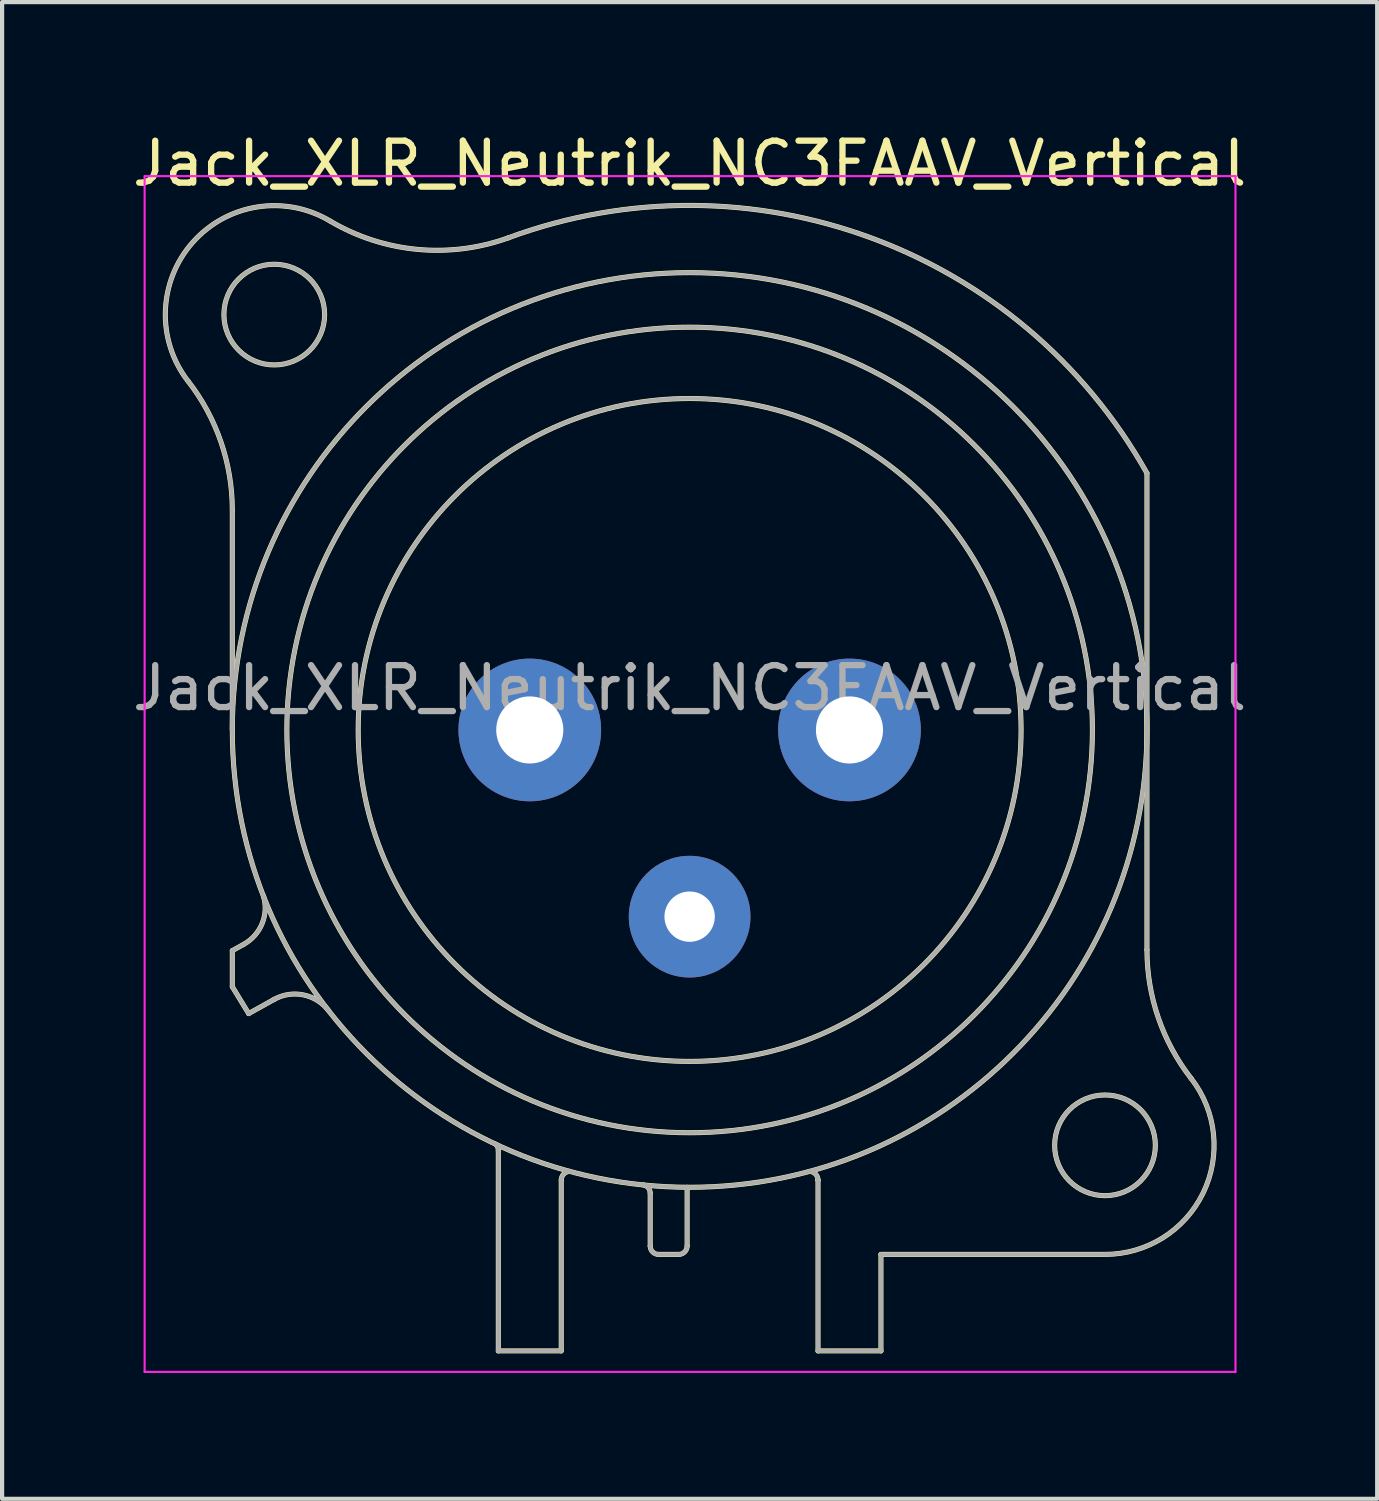
<source format=kicad_pcb>
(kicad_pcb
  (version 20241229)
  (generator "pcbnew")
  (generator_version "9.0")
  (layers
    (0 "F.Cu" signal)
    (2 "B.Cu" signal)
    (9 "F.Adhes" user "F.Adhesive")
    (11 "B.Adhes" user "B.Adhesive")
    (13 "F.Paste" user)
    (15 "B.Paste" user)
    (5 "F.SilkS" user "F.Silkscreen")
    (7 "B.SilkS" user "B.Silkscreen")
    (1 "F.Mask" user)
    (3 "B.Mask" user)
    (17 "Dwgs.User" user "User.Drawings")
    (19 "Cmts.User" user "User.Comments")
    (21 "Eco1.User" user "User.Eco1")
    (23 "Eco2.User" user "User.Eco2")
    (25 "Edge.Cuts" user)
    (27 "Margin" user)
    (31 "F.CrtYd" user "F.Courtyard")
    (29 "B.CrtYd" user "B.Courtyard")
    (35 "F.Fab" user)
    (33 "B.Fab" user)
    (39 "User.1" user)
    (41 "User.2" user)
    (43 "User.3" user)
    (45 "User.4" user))
  (footprint "Jack_XLR_Neutrik_NC3FAAV_Vertical"
    (layer "F.Cu")
    (at 17.197 14.348)
    (property "Reference" "Jack_XLR_Neutrik_NC3FAAV_Vertical" (at -3.81 -13.5 0) (layer "F.SilkS") (effects (font (size 1 1) (thickness 0.15))))
    (attr through_hole)
    (fp_line (start -14.71 0) (end -14.71 -5.24) (stroke (width 0.12) (type solid)) (layer "F.SilkS"))
    (fp_line (start -14.71 5.26) (end -14.44 5.11) (stroke (width 0.12) (type solid)) (layer "F.SilkS"))
    (fp_line (start -14.71 6.12) (end -14.71 5.26) (stroke (width 0.12) (type solid)) (layer "F.SilkS"))
    (fp_line (start -14.32 6.76) (end -14.71 6.12) (stroke (width 0.12) (type solid)) (layer "F.SilkS"))
    (fp_line (start -13.71 6.42) (end -14.32 6.76) (stroke (width 0.12) (type solid)) (layer "F.SilkS"))
    (fp_line (start -8.37 10.03) (end -8.37 14.8) (stroke (width 0.12) (type solid)) (layer "F.SilkS"))
    (fp_line (start -6.87 14.8) (end -8.37 14.8) (stroke (width 0.12) (type solid)) (layer "F.SilkS"))
    (fp_line (start -6.87 14.8) (end -6.87 10.73) (stroke (width 0.12) (type solid)) (layer "F.SilkS"))
    (fp_line (start -4.75 11.04) (end -4.75 12.3) (stroke (width 0.12) (type solid)) (layer "F.SilkS"))
    (fp_line (start -4.07 12.5) (end -4.55 12.5) (stroke (width 0.12) (type solid)) (layer "F.SilkS"))
    (fp_line (start -3.87 10.9) (end -3.87 12.3) (stroke (width 0.12) (type solid)) (layer "F.SilkS"))
    (fp_line (start -0.75 10.73) (end -0.75 10.73) (stroke (width 0.12) (type solid)) (layer "F.SilkS"))
    (fp_line (start -0.75 14.8) (end -0.75 10.73) (stroke (width 0.12) (type solid)) (layer "F.SilkS"))
    (fp_line (start 0.75 12.5) (end 6.09 12.5) (stroke (width 0.12) (type solid)) (layer "F.SilkS"))
    (fp_line (start 0.75 14.8) (end -0.75 14.8) (stroke (width 0.12) (type solid)) (layer "F.SilkS"))
    (fp_line (start 0.75 14.8) (end 0.75 12.5) (stroke (width 0.12) (type solid)) (layer "F.SilkS"))
    (fp_line (start 7.09 5.24) (end 7.09 -6.12) (stroke (width 0.12) (type solid)) (layer "F.SilkS"))
    (fp_arc (start -15.766689 -8.317569) (mid -14.98153 -6.866962) (end -14.71 -5.24) (stroke (width 0.12) (type solid)) (layer "F.SilkS"))
    (fp_arc (start -15.761979 -8.309032) (mid -15.65429 -11.620911) (end -12.38 -12.13) (stroke (width 0.12) (type solid)) (layer "F.SilkS"))
    (fp_arc (start -13.969214 3.951372) (mid -13.999461 4.614043) (end -14.44 5.11) (stroke (width 0.12) (type solid)) (layer "F.SilkS"))
    (fp_arc (start -13.71 6.42) (mid -13.01025 6.315915) (end -12.412202 6.693832) (stroke (width 0.12) (type solid)) (layer "F.SilkS"))
    (fp_arc (start -8.436364 9.870864) (mid -8.385177 9.942924) (end -8.37 10.03) (stroke (width 0.12) (type solid)) (layer "F.SilkS"))
    (fp_arc (start -8.12905 -11.730738) (mid 0.51404 -11.7289) (end 7.09 -6.12) (stroke (width 0.12) (type solid)) (layer "F.SilkS"))
    (fp_arc (start -8.118081 -11.733841) (mid -10.293498 -11.453642) (end -12.38 -12.13) (stroke (width 0.12) (type solid)) (layer "F.SilkS"))
    (fp_arc (start -6.87 10.73) (mid -6.814828 10.588126) (end -6.678303 10.520799) (stroke (width 0.12) (type solid)) (layer "F.SilkS"))
    (fp_arc (start -4.908418 10.84437) (mid -4.794571 10.914136) (end -4.75 11.04) (stroke (width 0.12) (type solid)) (layer "F.SilkS"))
    (fp_arc (start -4.55 12.5) (mid -4.691421 12.441421) (end -4.75 12.3) (stroke (width 0.12) (type solid)) (layer "F.SilkS"))
    (fp_arc (start -3.87 12.3) (mid -3.928579 12.441421) (end -4.07 12.5) (stroke (width 0.12) (type solid)) (layer "F.SilkS"))
    (fp_arc (start -0.949009 10.520288) (mid -0.807671 10.585446) (end -0.75 10.73) (stroke (width 0.12) (type solid)) (layer "F.SilkS"))
    (fp_arc (start 8.141619 8.302858) (mid 8.42587 11.041804) (end 6.09 12.5) (stroke (width 0.12) (type solid)) (layer "F.SilkS"))
    (fp_arc (start 8.14247 8.305283) (mid 7.360446 6.860467) (end 7.09 5.24) (stroke (width 0.12) (type solid)) (layer "F.SilkS"))
    (fp_circle (center -13.71 -9.9) (end -12.51 -9.9) (stroke (width 0.12) (type solid)) (fill no) (layer "F.SilkS"))
    (fp_circle (center -3.81 0) (end 4.09 0) (stroke (width 0.12) (type solid)) (fill no) (layer "F.SilkS"))
    (fp_circle (center -3.81 0) (end 5.79 0) (stroke (width 0.12) (type solid)) (fill no) (layer "F.SilkS"))
    (fp_circle (center -3.81 0) (end 7.09 0) (stroke (width 0.12) (type solid)) (fill no) (layer "F.SilkS"))
    (fp_circle (center 6.09 9.9) (end 7.29 9.9) (stroke (width 0.12) (type solid)) (fill no) (layer "F.SilkS"))
    (fp_line (start -16.8 -13.2) (end 9.2 -13.2) (stroke (width 0.05) (type solid)) (layer "F.CrtYd"))
    (fp_line (start -16.8 15.3) (end -16.8 -13.2) (stroke (width 0.05) (type solid)) (layer "F.CrtYd"))
    (fp_line (start 9.2 -13.2) (end 9.2 15.3) (stroke (width 0.05) (type solid)) (layer "F.CrtYd"))
    (fp_line (start 9.2 15.3) (end -16.8 15.3) (stroke (width 0.05) (type solid)) (layer "F.CrtYd"))
    (fp_line (start -14.71 0) (end -14.71 -5.24) (stroke (width 0.1) (type solid)) (layer "F.Fab"))
    (fp_line (start -14.71 5.26) (end -14.44 5.11) (stroke (width 0.1) (type solid)) (layer "F.Fab"))
    (fp_line (start -14.71 6.12) (end -14.71 5.26) (stroke (width 0.1) (type solid)) (layer "F.Fab"))
    (fp_line (start -14.32 6.76) (end -14.71 6.12) (stroke (width 0.1) (type solid)) (layer "F.Fab"))
    (fp_line (start -13.71 6.42) (end -14.32 6.76) (stroke (width 0.1) (type solid)) (layer "F.Fab"))
    (fp_line (start -8.37 10.03) (end -8.37 14.8) (stroke (width 0.1) (type solid)) (layer "F.Fab"))
    (fp_line (start -6.87 14.8) (end -8.37 14.8) (stroke (width 0.1) (type solid)) (layer "F.Fab"))
    (fp_line (start -6.87 14.8) (end -6.87 10.73) (stroke (width 0.1) (type solid)) (layer "F.Fab"))
    (fp_line (start -4.75 11.04) (end -4.75 12.3) (stroke (width 0.1) (type solid)) (layer "F.Fab"))
    (fp_line (start -4.07 12.5) (end -4.55 12.5) (stroke (width 0.1) (type solid)) (layer "F.Fab"))
    (fp_line (start -3.87 10.9) (end -3.87 12.3) (stroke (width 0.1) (type solid)) (layer "F.Fab"))
    (fp_line (start -0.75 10.73) (end -0.75 10.73) (stroke (width 0.1) (type solid)) (layer "F.Fab"))
    (fp_line (start -0.75 14.8) (end -0.75 10.73) (stroke (width 0.1) (type solid)) (layer "F.Fab"))
    (fp_line (start 0.75 12.5) (end 6.09 12.5) (stroke (width 0.1) (type solid)) (layer "F.Fab"))
    (fp_line (start 0.75 14.8) (end -0.75 14.8) (stroke (width 0.1) (type solid)) (layer "F.Fab"))
    (fp_line (start 0.75 14.8) (end 0.75 12.5) (stroke (width 0.1) (type solid)) (layer "F.Fab"))
    (fp_line (start 7.09 5.24) (end 7.09 -6.12) (stroke (width 0.1) (type solid)) (layer "F.Fab"))
    (fp_arc (start -15.766689 -8.317569) (mid -14.98153 -6.866962) (end -14.71 -5.24) (stroke (width 0.1) (type solid)) (layer "F.Fab"))
    (fp_arc (start -15.761979 -8.309032) (mid -15.65429 -11.620911) (end -12.38 -12.13) (stroke (width 0.1) (type solid)) (layer "F.Fab"))
    (fp_arc (start -13.969214 3.951372) (mid -13.999461 4.614043) (end -14.44 5.11) (stroke (width 0.1) (type solid)) (layer "F.Fab"))
    (fp_arc (start -13.71 6.42) (mid -13.01025 6.315915) (end -12.412202 6.693832) (stroke (width 0.1) (type solid)) (layer "F.Fab"))
    (fp_arc (start -8.436364 9.870864) (mid -8.385177 9.942924) (end -8.37 10.03) (stroke (width 0.1) (type solid)) (layer "F.Fab"))
    (fp_arc (start -8.12905 -11.730738) (mid 0.51404 -11.7289) (end 7.09 -6.12) (stroke (width 0.1) (type solid)) (layer "F.Fab"))
    (fp_arc (start -8.118081 -11.733841) (mid -10.293498 -11.453642) (end -12.38 -12.13) (stroke (width 0.1) (type solid)) (layer "F.Fab"))
    (fp_arc (start -6.87 10.73) (mid -6.814828 10.588126) (end -6.678303 10.520799) (stroke (width 0.1) (type solid)) (layer "F.Fab"))
    (fp_arc (start -4.908418 10.84437) (mid -4.794571 10.914136) (end -4.75 11.04) (stroke (width 0.1) (type solid)) (layer "F.Fab"))
    (fp_arc (start -4.55 12.5) (mid -4.691421 12.441421) (end -4.75 12.3) (stroke (width 0.1) (type solid)) (layer "F.Fab"))
    (fp_arc (start -3.87 12.3) (mid -3.928579 12.441421) (end -4.07 12.5) (stroke (width 0.1) (type solid)) (layer "F.Fab"))
    (fp_arc (start -0.949009 10.520288) (mid -0.807671 10.585446) (end -0.75 10.73) (stroke (width 0.1) (type solid)) (layer "F.Fab"))
    (fp_arc (start 8.141619 8.302858) (mid 8.42587 11.041804) (end 6.09 12.5) (stroke (width 0.1) (type solid)) (layer "F.Fab"))
    (fp_arc (start 8.14247 8.305283) (mid 7.360446 6.860467) (end 7.09 5.24) (stroke (width 0.1) (type solid)) (layer "F.Fab"))
    (fp_circle (center -13.71 -9.9) (end -12.51 -9.9) (stroke (width 0.1) (type solid)) (fill no) (layer "F.Fab"))
    (fp_circle (center -3.81 0) (end 4.09 0) (stroke (width 0.1) (type solid)) (fill no) (layer "F.Fab"))
    (fp_circle (center -3.81 0) (end 5.79 0) (stroke (width 0.1) (type solid)) (fill no) (layer "F.Fab"))
    (fp_circle (center -3.81 0) (end 7.09 0) (stroke (width 0.1) (type solid)) (fill no) (layer "F.Fab"))
    (fp_circle (center 6.09 9.9) (end 7.29 9.9) (stroke (width 0.1) (type solid)) (fill no) (layer "F.Fab"))
    (fp_text user "${REFERENCE}" (at -3.81 -1 0) (layer "F.Fab") (effects (font (size 1 1) (thickness 0.15))))
    (pad "1" thru_hole circle (at 0 0) (size 3.4 3.4) (drill 1.6) (layers "*.Cu" "*.Mask"))
    (pad "2" thru_hole circle (at -7.62 0) (size 3.4 3.4) (drill 1.6) (layers "*.Cu" "*.Mask"))
    (pad "3" thru_hole circle (at -3.81 4.45) (size 2.9 2.9) (drill 1.2) (layers "*.Cu" "*.Mask")))
  (gr_rect
    (start -3 -3)
    (end 29.774 32.673)
    (stroke (width 0.1) (type default))
    (fill no)
    (layer "Edge.Cuts")))
</source>
